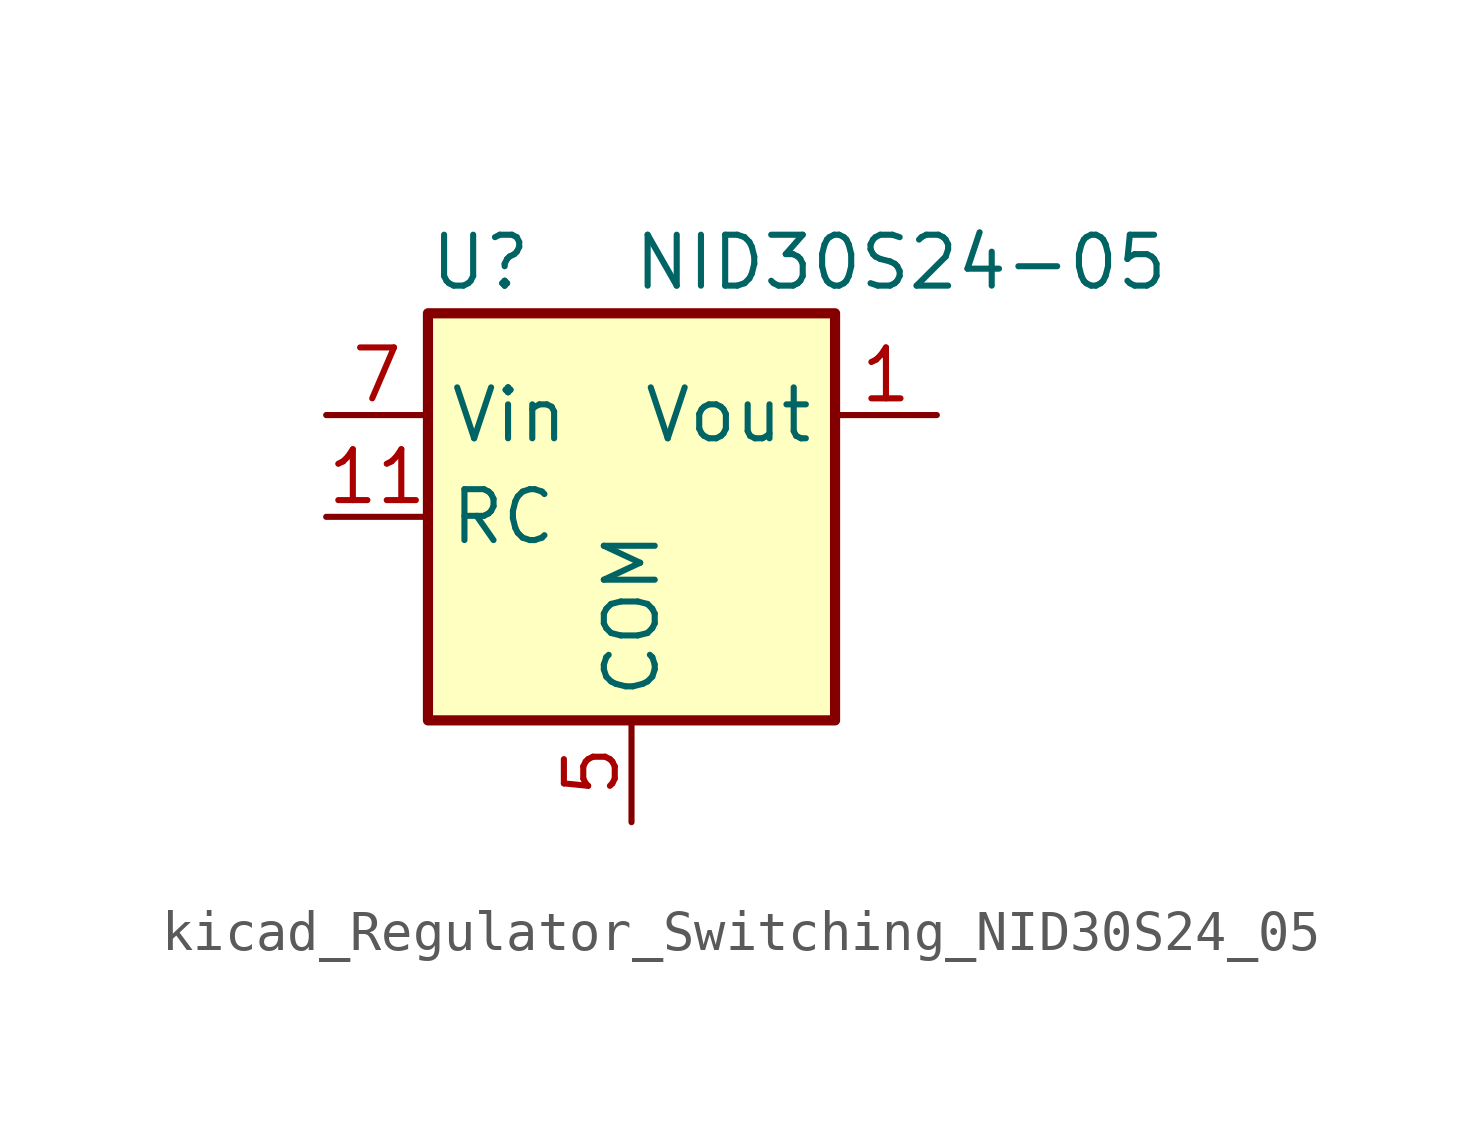
<source format=kicad_sym>
(kicad_symbol_lib
  (version 20220914)
  (generator kicad_symbol_editor)
  (symbol "kicad_Regulator_Switching_NID30S24_05"
    (property "Reference" "U"
      (at -5.08 6.35 0)
      (effects (font (size 1.27 1.27)) (justify left)))
    (property "Value" "NID30S24-05"
      (at 0 6.35 0)
      (effects (font (size 1.27 1.27)) (justify left)))
    (symbol "kicad_Regulator_Switching_NID30S24_05_0_1"
      (rectangle (start -5.08 5.08) (end 5.08 -5.08) (stroke (width 0.254) (type default)) (fill (type background))))
    (symbol "kicad_Regulator_Switching_NID30S24_05_1_1"
      (pin power_out line (at 7.62 2.54 180) (length 2.54) (name "Vout" (effects (font (size 1.27 1.27)))) (number "1" (effects (font (size 1.27 1.27)))))
      (pin no_connect line (at 5.08 -2.54 180) (length 2.54) hide (name "NC" (effects (font (size 1.27 1.27)))) (number "10" (effects (font (size 1.27 1.27)))))
      (pin input line (at -7.62 0 0) (length 2.54) (name "RC" (effects (font (size 1.27 1.27)))) (number "11" (effects (font (size 1.27 1.27)))))
      (pin passive line (at 7.62 2.54 180) (length 2.54) hide (name "Vout" (effects (font (size 1.27 1.27)))) (number "2" (effects (font (size 1.27 1.27)))))
      (pin passive line (at 7.62 2.54 180) (length 2.54) hide (name "Vout" (effects (font (size 1.27 1.27)))) (number "3" (effects (font (size 1.27 1.27)))))
      (pin passive line (at 7.62 2.54 180) (length 2.54) hide (name "Vout" (effects (font (size 1.27 1.27)))) (number "4" (effects (font (size 1.27 1.27)))))
      (pin power_in line (at 0 -7.62 90) (length 2.54) (name "COM" (effects (font (size 1.27 1.27)))) (number "5" (effects (font (size 1.27 1.27)))))
      (pin passive line (at 0 -7.62 90) (length 2.54) hide (name "COM" (effects (font (size 1.27 1.27)))) (number "6" (effects (font (size 1.27 1.27)))))
      (pin power_in line (at -7.62 2.54 0) (length 2.54) (name "Vin" (effects (font (size 1.27 1.27)))) (number "7" (effects (font (size 1.27 1.27)))))
      (pin passive line (at -7.62 2.54 0) (length 2.54) hide (name "Vin" (effects (font (size 1.27 1.27)))) (number "8" (effects (font (size 1.27 1.27)))))
      (pin no_connect line (at 5.08 0 180) (length 2.54) hide (name "NC" (effects (font (size 1.27 1.27)))) (number "9" (effects (font (size 1.27 1.27))))))))
</source>
